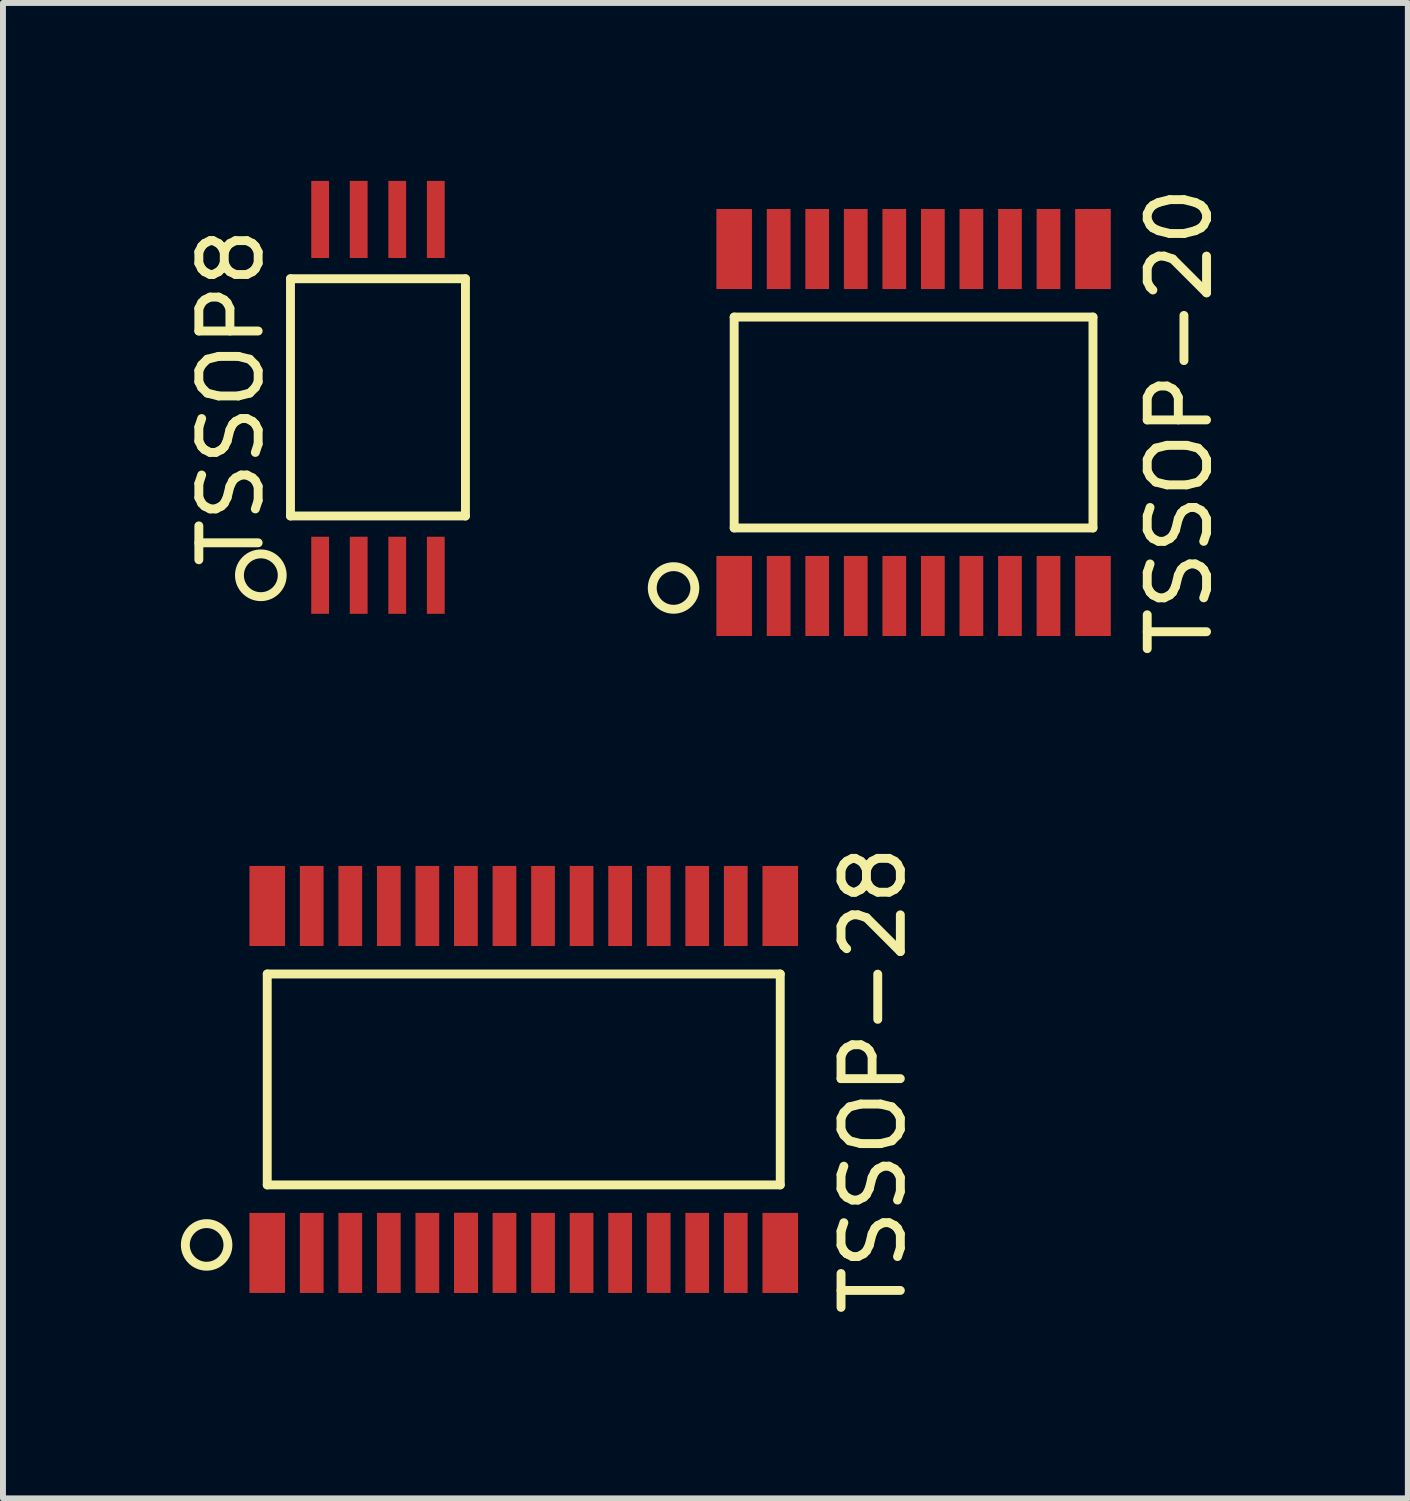
<source format=kicad_pcb>
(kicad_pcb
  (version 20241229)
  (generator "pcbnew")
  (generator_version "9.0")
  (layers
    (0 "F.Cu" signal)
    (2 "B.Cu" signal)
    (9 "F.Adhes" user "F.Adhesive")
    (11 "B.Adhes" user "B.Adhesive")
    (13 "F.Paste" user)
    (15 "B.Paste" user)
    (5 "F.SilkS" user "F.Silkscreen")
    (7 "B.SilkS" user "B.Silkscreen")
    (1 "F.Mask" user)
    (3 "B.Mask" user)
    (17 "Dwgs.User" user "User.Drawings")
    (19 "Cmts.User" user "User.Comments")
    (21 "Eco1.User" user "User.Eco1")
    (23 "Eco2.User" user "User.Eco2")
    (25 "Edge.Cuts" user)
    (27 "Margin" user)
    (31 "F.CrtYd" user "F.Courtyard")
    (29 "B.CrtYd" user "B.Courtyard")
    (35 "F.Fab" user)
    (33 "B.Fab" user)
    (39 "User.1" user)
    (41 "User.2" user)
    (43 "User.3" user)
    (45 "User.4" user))
  (footprint "TSSOP-28"
    (layer "F.Cu")
    (at 1.456 15.151)
    (property "Reference" "TSSOP-28" (at 10.22 0.01 90) (layer "F.SilkS") (effects (font (size 1 1) (thickness 0.15))))
    (attr smd)
    (fp_line (start 0 -1.778) (end 8.65 -1.778) (stroke (width 0.15) (type solid)) (layer "F.SilkS"))
    (fp_line (start 0 1.778) (end 0 -1.778) (stroke (width 0.15) (type solid)) (layer "F.SilkS"))
    (fp_line (start 0 1.778) (end 8.65 1.778) (stroke (width 0.15) (type solid)) (layer "F.SilkS"))
    (fp_line (start 8.65 -1.778) (end 8.65 1.778) (stroke (width 0.15) (type solid)) (layer "F.SilkS"))
    (fp_circle (center -1.022 2.79) (end -1.276 2.536) (stroke (width 0.15) (type solid)) (fill no) (layer "F.SilkS"))
    (pad "1" smd rect (at 0 2.925) (size 0.6 1.35) (layers "F.Cu" "F.Mask" "F.Paste"))
    (pad "2" smd rect (at 0.75 2.925) (size 0.4 1.35) (layers "F.Cu" "F.Mask" "F.Paste"))
    (pad "3" smd rect (at 1.4 2.925) (size 0.4 1.35) (layers "F.Cu" "F.Mask" "F.Paste"))
    (pad "4" smd rect (at 2.05 2.925) (size 0.4 1.35) (layers "F.Cu" "F.Mask" "F.Paste"))
    (pad "5" smd rect (at 2.7 2.925) (size 0.4 1.35) (layers "F.Cu" "F.Mask" "F.Paste"))
    (pad "6" smd rect (at 3.35 2.925) (size 0.4 1.35) (layers "F.Cu" "F.Mask" "F.Paste"))
    (pad "6" smd rect (at 3.35 2.925) (size 0.4 1.35) (layers "F.Cu" "F.Mask" "F.Paste"))
    (pad "6" smd rect (at 3.35 2.925) (size 0.4 1.35) (layers "F.Cu" "F.Mask" "F.Paste"))
    (pad "7" smd rect (at 4 2.925) (size 0.4 1.35) (layers "F.Cu" "F.Mask" "F.Paste"))
    (pad "8" smd rect (at 4.65 2.925) (size 0.4 1.35) (layers "F.Cu" "F.Mask" "F.Paste"))
    (pad "9" smd rect (at 5.3 2.925) (size 0.4 1.35) (layers "F.Cu" "F.Mask" "F.Paste"))
    (pad "10" smd rect (at 5.95 2.925) (size 0.4 1.35) (layers "F.Cu" "F.Mask" "F.Paste"))
    (pad "11" smd rect (at 6.6 2.925) (size 0.4 1.35) (layers "F.Cu" "F.Mask" "F.Paste"))
    (pad "12" smd rect (at 7.25 2.925) (size 0.4 1.35) (layers "F.Cu" "F.Mask" "F.Paste"))
    (pad "13" smd rect (at 7.9 2.925) (size 0.4 1.35) (layers "F.Cu" "F.Mask" "F.Paste"))
    (pad "14" smd rect (at 8.65 2.925) (size 0.6 1.35) (layers "F.Cu" "F.Mask" "F.Paste"))
    (pad "15" smd rect (at 8.65 -2.925) (size 0.6 1.35) (layers "F.Cu" "F.Mask" "F.Paste"))
    (pad "16" smd rect (at 7.9 -2.925) (size 0.4 1.35) (layers "F.Cu" "F.Mask" "F.Paste"))
    (pad "17" smd rect (at 7.25 -2.925) (size 0.4 1.35) (layers "F.Cu" "F.Mask" "F.Paste"))
    (pad "18" smd rect (at 6.6 -2.925) (size 0.4 1.35) (layers "F.Cu" "F.Mask" "F.Paste"))
    (pad "19" smd rect (at 5.95 -2.925) (size 0.4 1.35) (layers "F.Cu" "F.Mask" "F.Paste"))
    (pad "20" smd rect (at 5.3 -2.925) (size 0.4 1.35) (layers "F.Cu" "F.Mask" "F.Paste"))
    (pad "21" smd rect (at 4.65 -2.925) (size 0.4 1.35) (layers "F.Cu" "F.Mask" "F.Paste"))
    (pad "22" smd rect (at 4 -2.925) (size 0.4 1.35) (layers "F.Cu" "F.Mask" "F.Paste"))
    (pad "23" smd rect (at 3.35 -2.925) (size 0.4 1.35) (layers "F.Cu" "F.Mask" "F.Paste"))
    (pad "24" smd rect (at 2.7 -2.925) (size 0.4 1.35) (layers "F.Cu" "F.Mask" "F.Paste"))
    (pad "25" smd rect (at 2.05 -2.925) (size 0.4 1.35) (layers "F.Cu" "F.Mask" "F.Paste"))
    (pad "26" smd rect (at 1.4 -2.925) (size 0.4 1.35) (layers "F.Cu" "F.Mask" "F.Paste"))
    (pad "27" smd rect (at 0.75 -2.925) (size 0.4 1.35) (layers "F.Cu" "F.Mask" "F.Paste"))
    (pad "28" smd rect (at 0 -2.925) (size 0.6 1.35) (layers "F.Cu" "F.Mask" "F.Paste")))
  (footprint "TSSOP8"
    (layer "F.Cu")
    (at 2.348 3.65)
    (property "Reference" "TSSOP8" (at -1.5 0 90) (layer "F.SilkS") (effects (font (size 1 1) (thickness 0.15))))
    (attr smd)
    (fp_line (start -0.5 -2) (end 2.45 -2) (stroke (width 0.15) (type solid)) (layer "F.SilkS"))
    (fp_line (start -0.5 2) (end -0.5 -2) (stroke (width 0.15) (type solid)) (layer "F.SilkS"))
    (fp_line (start -0.5 2) (end 2.45 2) (stroke (width 0.15) (type solid)) (layer "F.SilkS"))
    (fp_line (start 2.45 -2) (end 2.45 2) (stroke (width 0.15) (type solid)) (layer "F.SilkS"))
    (fp_circle (center -1 3) (end -0.8 3.3) (stroke (width 0.15) (type solid)) (fill no) (layer "F.SilkS"))
    (pad "1" smd rect (at 0 3) (size 0.3 1.3) (layers "F.Cu" "F.Mask" "F.Paste"))
    (pad "2" smd rect (at 0.65 3) (size 0.3 1.3) (layers "F.Cu" "F.Mask" "F.Paste"))
    (pad "3" smd rect (at 1.3 3) (size 0.3 1.3) (layers "F.Cu" "F.Mask" "F.Paste"))
    (pad "4" smd rect (at 1.95 3) (size 0.3 1.3) (layers "F.Cu" "F.Mask" "F.Paste"))
    (pad "5" smd rect (at 1.95 -3) (size 0.3 1.3) (layers "F.Cu" "F.Mask" "F.Paste"))
    (pad "6" smd rect (at 1.3 -3) (size 0.3 1.3) (layers "F.Cu" "F.Mask" "F.Paste"))
    (pad "7" smd rect (at 0.65 -3) (size 0.3 1.3) (layers "F.Cu" "F.Mask" "F.Paste"))
    (pad "8" smd rect (at 0 -3) (size 0.3 1.3) (layers "F.Cu" "F.Mask" "F.Paste")))
  (footprint "TSSOP-20"
    (layer "F.Cu")
    (at 9.329 4.074)
    (property "Reference" "TSSOP-20" (at 7.51 -0.02 90) (layer "F.SilkS") (effects (font (size 1 1) (thickness 0.15))))
    (attr smd)
    (fp_line (start 0 -1.778) (end 6.05 -1.778) (stroke (width 0.15) (type solid)) (layer "F.SilkS"))
    (fp_line (start 0 1.778) (end 0 -1.778) (stroke (width 0.15) (type solid)) (layer "F.SilkS"))
    (fp_line (start 0 1.778) (end 6.05 1.778) (stroke (width 0.15) (type solid)) (layer "F.SilkS"))
    (fp_line (start 6.05 -1.778) (end 6.05 1.778) (stroke (width 0.15) (type solid)) (layer "F.SilkS"))
    (fp_circle (center -1.022 2.79) (end -1.276 2.536) (stroke (width 0.15) (type solid)) (fill no) (layer "F.SilkS"))
    (pad "1" smd rect (at 0 2.925) (size 0.6 1.35) (layers "F.Cu" "F.Mask" "F.Paste"))
    (pad "2" smd rect (at 0.75 2.925) (size 0.4 1.35) (layers "F.Cu" "F.Mask" "F.Paste"))
    (pad "3" smd rect (at 1.4 2.925) (size 0.4 1.35) (layers "F.Cu" "F.Mask" "F.Paste"))
    (pad "4" smd rect (at 2.05 2.925) (size 0.4 1.35) (layers "F.Cu" "F.Mask" "F.Paste"))
    (pad "5" smd rect (at 2.7 2.925) (size 0.4 1.35) (layers "F.Cu" "F.Mask" "F.Paste"))
    (pad "6" smd rect (at 3.35 2.925) (size 0.4 1.35) (layers "F.Cu" "F.Mask" "F.Paste"))
    (pad "7" smd rect (at 4 2.925) (size 0.4 1.35) (layers "F.Cu" "F.Mask" "F.Paste"))
    (pad "8" smd rect (at 4.65 2.925) (size 0.4 1.35) (layers "F.Cu" "F.Mask" "F.Paste"))
    (pad "9" smd rect (at 5.3 2.925) (size 0.4 1.35) (layers "F.Cu" "F.Mask" "F.Paste"))
    (pad "10" smd rect (at 6.05 2.925) (size 0.6 1.35) (layers "F.Cu" "F.Mask" "F.Paste"))
    (pad "11" smd rect (at 6.05 -2.925) (size 0.6 1.35) (layers "F.Cu" "F.Mask" "F.Paste"))
    (pad "12" smd rect (at 5.3 -2.925) (size 0.4 1.35) (layers "F.Cu" "F.Mask" "F.Paste"))
    (pad "13" smd rect (at 4.65 -2.925) (size 0.4 1.35) (layers "F.Cu" "F.Mask" "F.Paste"))
    (pad "14" smd rect (at 4 -2.925) (size 0.4 1.35) (layers "F.Cu" "F.Mask" "F.Paste"))
    (pad "15" smd rect (at 3.35 -2.925) (size 0.4 1.35) (layers "F.Cu" "F.Mask" "F.Paste"))
    (pad "16" smd rect (at 2.7 -2.925) (size 0.4 1.35) (layers "F.Cu" "F.Mask" "F.Paste"))
    (pad "17" smd rect (at 2.05 -2.925) (size 0.4 1.35) (layers "F.Cu" "F.Mask" "F.Paste"))
    (pad "18" smd rect (at 1.4 -2.925) (size 0.4 1.35) (layers "F.Cu" "F.Mask" "F.Paste"))
    (pad "19" smd rect (at 0.75 -2.925) (size 0.4 1.35) (layers "F.Cu" "F.Mask" "F.Paste"))
    (pad "20" smd rect (at 0 -2.925) (size 0.6 1.35) (layers "F.Cu" "F.Mask" "F.Paste")))
  (gr_rect
    (start -3 -3)
    (end 20.688 22.214)
    (stroke (width 0.1) (type default))
    (fill no)
    (layer "Edge.Cuts")))
</source>
